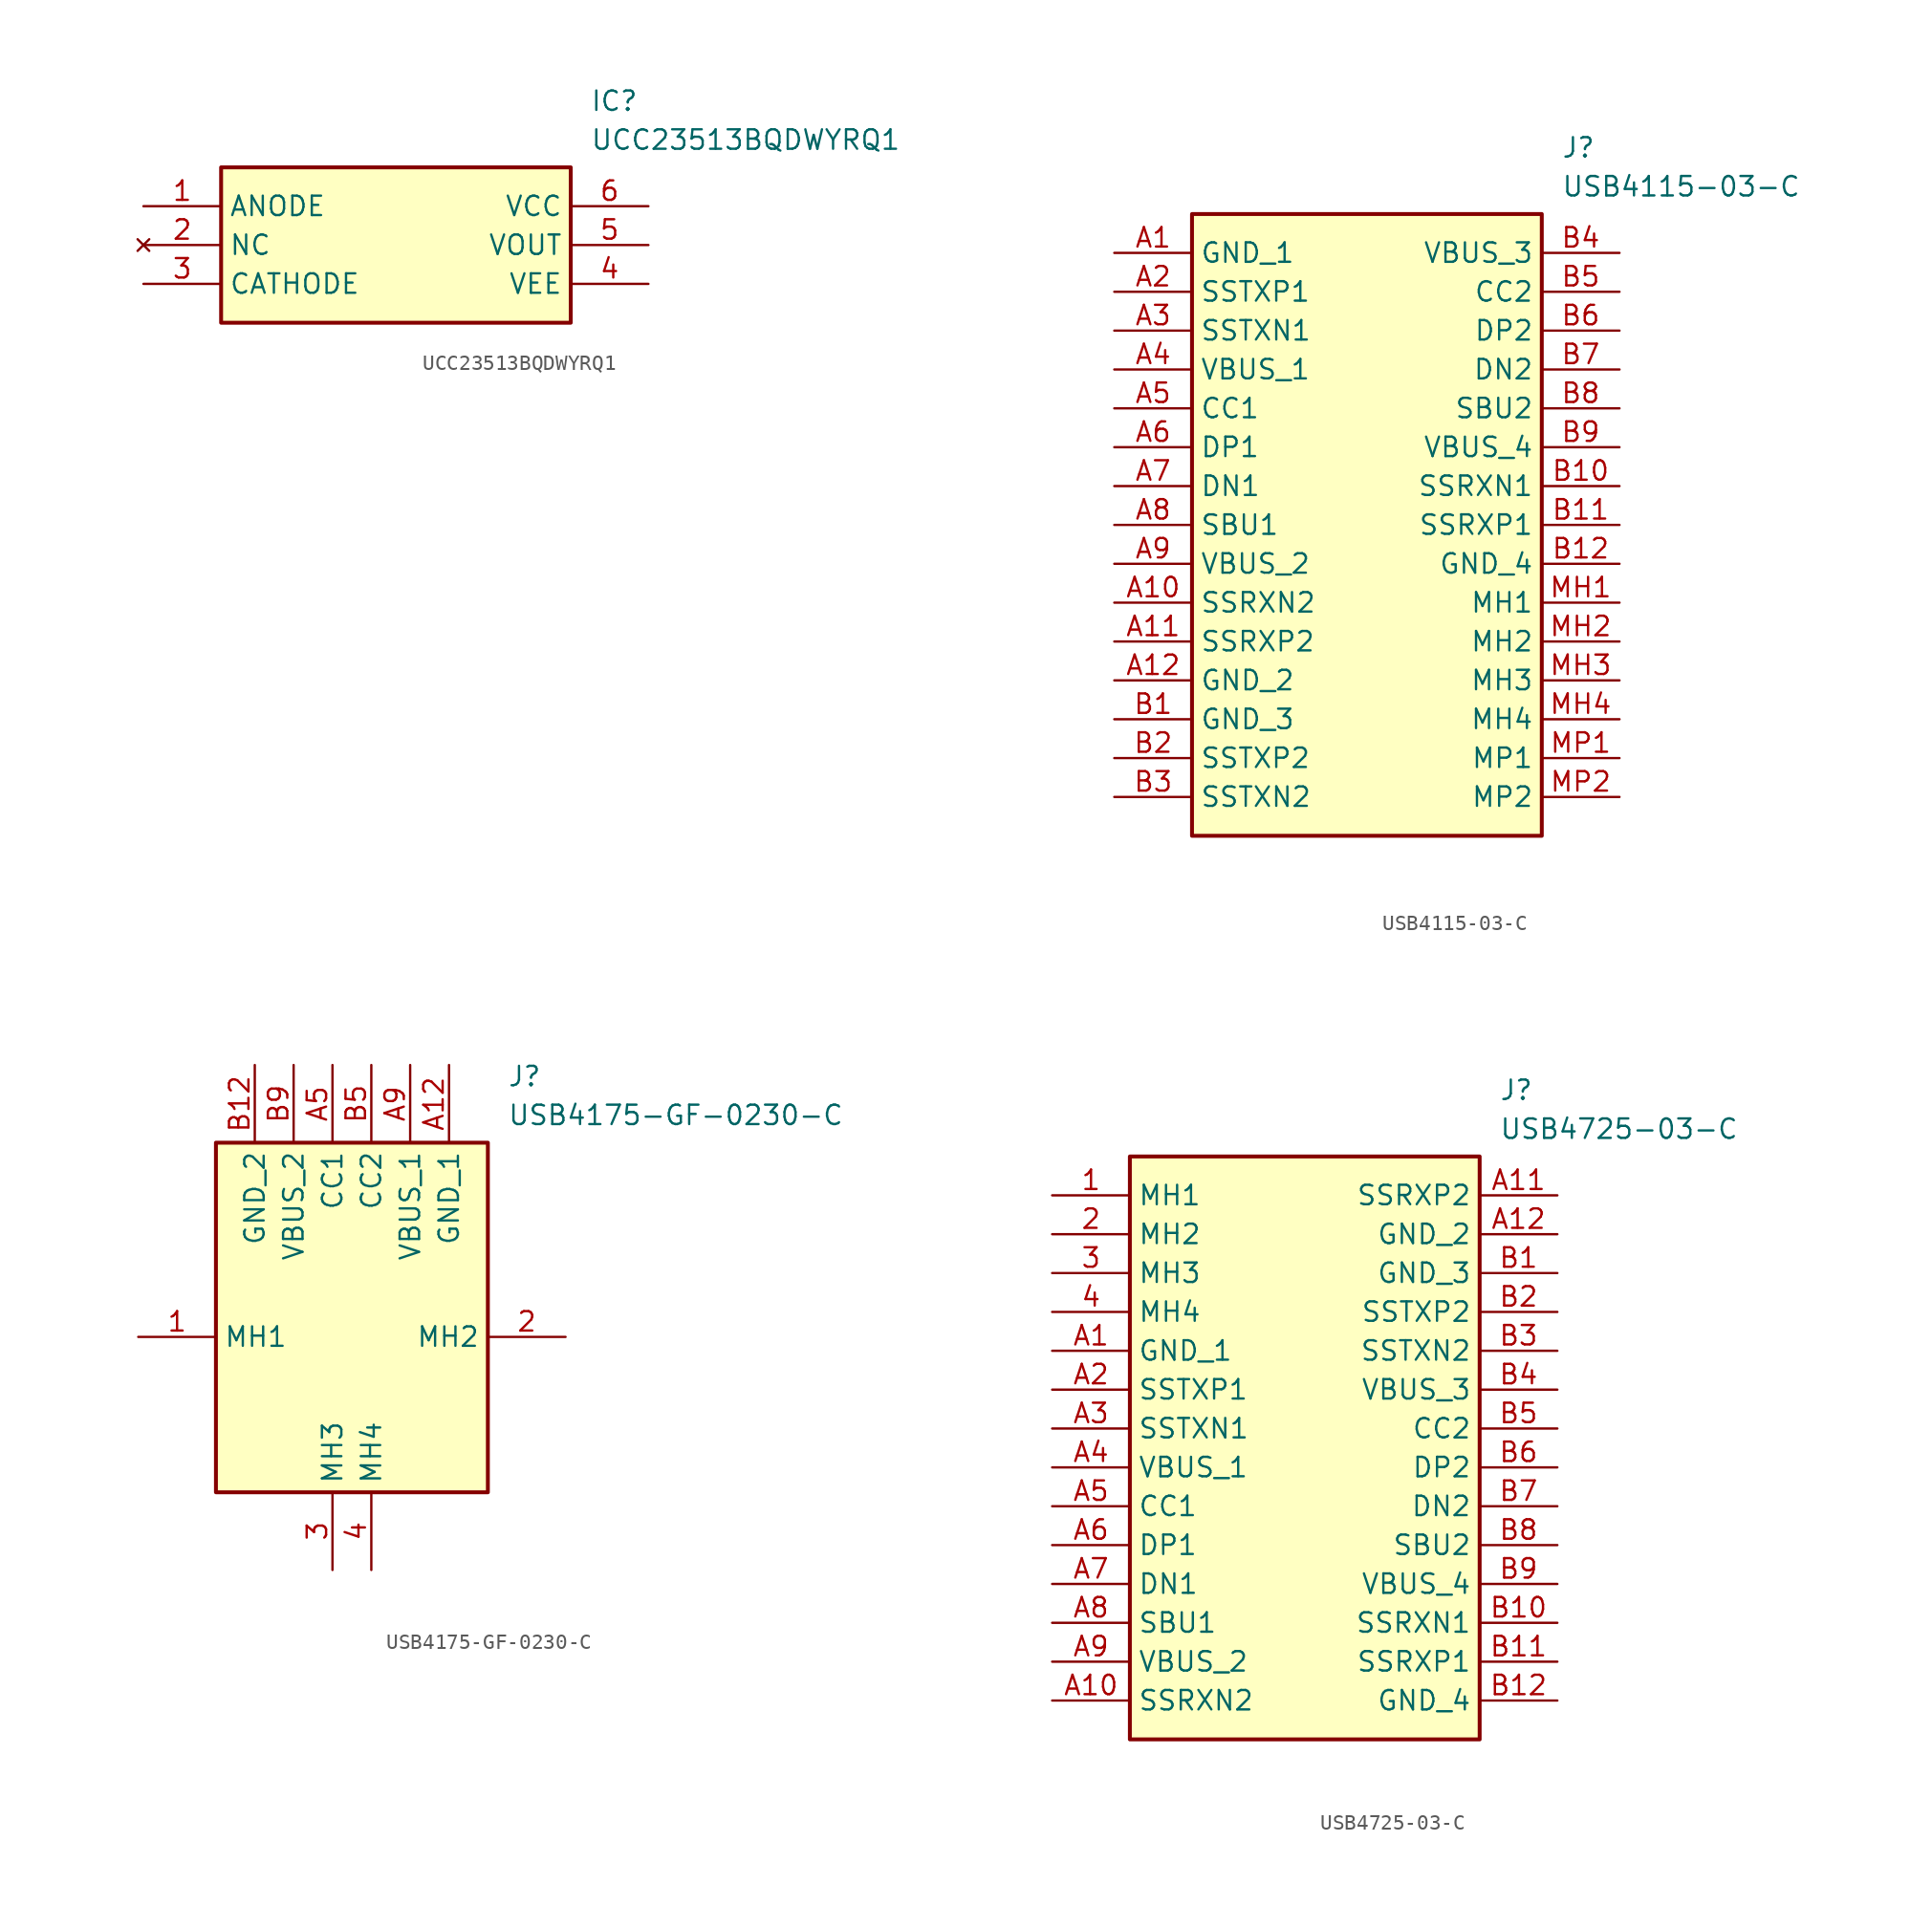
<source format=kicad_sym>
(kicad_symbol_lib
  (version 20241209)
  (generator "kicad_symbol_editor")
  (generator_version "9.0")
  (symbol "UCC23513BQDWYRQ1"
    (property "Reference" "IC"
      (at 29.21 7.62 0)
      (effects (font (size 1.27 1.27)) (justify left top)))
    (property "Value" "UCC23513BQDWYRQ1"
      (at 29.21 5.08 0)
      (effects (font (size 1.27 1.27)) (justify left top)))
    (symbol "UCC23513BQDWYRQ1_1_1"
      (rectangle (start 5.08 2.54) (end 27.94 -7.62) (stroke (width 0.254) (type default)) (fill (type background)))
      (pin passive line (at 0 0 0) (length 5.08) (name "ANODE" (effects (font (size 1.27 1.27)))) (number "1" (effects (font (size 1.27 1.27)))))
      (pin no_connect line (at 0 -2.54 0) (length 5.08) (name "NC" (effects (font (size 1.27 1.27)))) (number "2" (effects (font (size 1.27 1.27)))))
      (pin passive line (at 0 -5.08 0) (length 5.08) (name "CATHODE" (effects (font (size 1.27 1.27)))) (number "3" (effects (font (size 1.27 1.27)))))
      (pin passive line (at 33.02 0 180) (length 5.08) (name "VCC" (effects (font (size 1.27 1.27)))) (number "6" (effects (font (size 1.27 1.27)))))
      (pin passive line (at 33.02 -2.54 180) (length 5.08) (name "VOUT" (effects (font (size 1.27 1.27)))) (number "5" (effects (font (size 1.27 1.27)))))
      (pin passive line (at 33.02 -5.08 180) (length 5.08) (name "VEE" (effects (font (size 1.27 1.27)))) (number "4" (effects (font (size 1.27 1.27)))))))
  (symbol "USB4115-03-C"
    (property "Reference" "J"
      (at 29.21 7.62 0)
      (effects (font (size 1.27 1.27)) (justify left top)))
    (property "Value" "USB4115-03-C"
      (at 29.21 5.08 0)
      (effects (font (size 1.27 1.27)) (justify left top)))
    (symbol "USB4115-03-C_1_1"
      (rectangle (start 5.08 2.54) (end 27.94 -38.1) (stroke (width 0.254) (type default)) (fill (type background)))
      (pin passive line (at 0 0 0) (length 5.08) (name "GND_1" (effects (font (size 1.27 1.27)))) (number "A1" (effects (font (size 1.27 1.27)))))
      (pin passive line (at 0 -2.54 0) (length 5.08) (name "SSTXP1" (effects (font (size 1.27 1.27)))) (number "A2" (effects (font (size 1.27 1.27)))))
      (pin passive line (at 0 -5.08 0) (length 5.08) (name "SSTXN1" (effects (font (size 1.27 1.27)))) (number "A3" (effects (font (size 1.27 1.27)))))
      (pin passive line (at 0 -7.62 0) (length 5.08) (name "VBUS_1" (effects (font (size 1.27 1.27)))) (number "A4" (effects (font (size 1.27 1.27)))))
      (pin passive line (at 0 -10.16 0) (length 5.08) (name "CC1" (effects (font (size 1.27 1.27)))) (number "A5" (effects (font (size 1.27 1.27)))))
      (pin passive line (at 0 -12.7 0) (length 5.08) (name "DP1" (effects (font (size 1.27 1.27)))) (number "A6" (effects (font (size 1.27 1.27)))))
      (pin passive line (at 0 -15.24 0) (length 5.08) (name "DN1" (effects (font (size 1.27 1.27)))) (number "A7" (effects (font (size 1.27 1.27)))))
      (pin passive line (at 0 -17.78 0) (length 5.08) (name "SBU1" (effects (font (size 1.27 1.27)))) (number "A8" (effects (font (size 1.27 1.27)))))
      (pin passive line (at 0 -20.32 0) (length 5.08) (name "VBUS_2" (effects (font (size 1.27 1.27)))) (number "A9" (effects (font (size 1.27 1.27)))))
      (pin passive line (at 0 -22.86 0) (length 5.08) (name "SSRXN2" (effects (font (size 1.27 1.27)))) (number "A10" (effects (font (size 1.27 1.27)))))
      (pin passive line (at 0 -25.4 0) (length 5.08) (name "SSRXP2" (effects (font (size 1.27 1.27)))) (number "A11" (effects (font (size 1.27 1.27)))))
      (pin passive line (at 0 -27.94 0) (length 5.08) (name "GND_2" (effects (font (size 1.27 1.27)))) (number "A12" (effects (font (size 1.27 1.27)))))
      (pin passive line (at 0 -30.48 0) (length 5.08) (name "GND_3" (effects (font (size 1.27 1.27)))) (number "B1" (effects (font (size 1.27 1.27)))))
      (pin passive line (at 0 -33.02 0) (length 5.08) (name "SSTXP2" (effects (font (size 1.27 1.27)))) (number "B2" (effects (font (size 1.27 1.27)))))
      (pin passive line (at 0 -35.56 0) (length 5.08) (name "SSTXN2" (effects (font (size 1.27 1.27)))) (number "B3" (effects (font (size 1.27 1.27)))))
      (pin passive line (at 33.02 0 180) (length 5.08) (name "VBUS_3" (effects (font (size 1.27 1.27)))) (number "B4" (effects (font (size 1.27 1.27)))))
      (pin passive line (at 33.02 -2.54 180) (length 5.08) (name "CC2" (effects (font (size 1.27 1.27)))) (number "B5" (effects (font (size 1.27 1.27)))))
      (pin passive line (at 33.02 -5.08 180) (length 5.08) (name "DP2" (effects (font (size 1.27 1.27)))) (number "B6" (effects (font (size 1.27 1.27)))))
      (pin passive line (at 33.02 -7.62 180) (length 5.08) (name "DN2" (effects (font (size 1.27 1.27)))) (number "B7" (effects (font (size 1.27 1.27)))))
      (pin passive line (at 33.02 -10.16 180) (length 5.08) (name "SBU2" (effects (font (size 1.27 1.27)))) (number "B8" (effects (font (size 1.27 1.27)))))
      (pin passive line (at 33.02 -12.7 180) (length 5.08) (name "VBUS_4" (effects (font (size 1.27 1.27)))) (number "B9" (effects (font (size 1.27 1.27)))))
      (pin passive line (at 33.02 -15.24 180) (length 5.08) (name "SSRXN1" (effects (font (size 1.27 1.27)))) (number "B10" (effects (font (size 1.27 1.27)))))
      (pin passive line (at 33.02 -17.78 180) (length 5.08) (name "SSRXP1" (effects (font (size 1.27 1.27)))) (number "B11" (effects (font (size 1.27 1.27)))))
      (pin passive line (at 33.02 -20.32 180) (length 5.08) (name "GND_4" (effects (font (size 1.27 1.27)))) (number "B12" (effects (font (size 1.27 1.27)))))
      (pin passive line (at 33.02 -22.86 180) (length 5.08) (name "MH1" (effects (font (size 1.27 1.27)))) (number "MH1" (effects (font (size 1.27 1.27)))))
      (pin passive line (at 33.02 -25.4 180) (length 5.08) (name "MH2" (effects (font (size 1.27 1.27)))) (number "MH2" (effects (font (size 1.27 1.27)))))
      (pin passive line (at 33.02 -27.94 180) (length 5.08) (name "MH3" (effects (font (size 1.27 1.27)))) (number "MH3" (effects (font (size 1.27 1.27)))))
      (pin passive line (at 33.02 -30.48 180) (length 5.08) (name "MH4" (effects (font (size 1.27 1.27)))) (number "MH4" (effects (font (size 1.27 1.27)))))
      (pin passive line (at 33.02 -33.02 180) (length 5.08) (name "MP1" (effects (font (size 1.27 1.27)))) (number "MP1" (effects (font (size 1.27 1.27)))))
      (pin passive line (at 33.02 -35.56 180) (length 5.08) (name "MP2" (effects (font (size 1.27 1.27)))) (number "MP2" (effects (font (size 1.27 1.27)))))))
  (symbol "USB4175-GF-0230-C"
    (property "Reference" "J"
      (at 24.13 17.78 0)
      (effects (font (size 1.27 1.27)) (justify left top)))
    (property "Value" "USB4175-GF-0230-C"
      (at 24.13 15.24 0)
      (effects (font (size 1.27 1.27)) (justify left top)))
    (symbol "USB4175-GF-0230-C_1_1"
      (rectangle (start 5.08 12.7) (end 22.86 -10.16) (stroke (width 0.254) (type default)) (fill (type background)))
      (pin passive line (at 0 0 0) (length 5.08) (name "MH1" (effects (font (size 1.27 1.27)))) (number "1" (effects (font (size 1.27 1.27)))))
      (pin passive line (at 7.62 17.78 270) (length 5.08) (name "GND_2" (effects (font (size 1.27 1.27)))) (number "B12" (effects (font (size 1.27 1.27)))))
      (pin passive line (at 10.16 17.78 270) (length 5.08) (name "VBUS_2" (effects (font (size 1.27 1.27)))) (number "B9" (effects (font (size 1.27 1.27)))))
      (pin passive line (at 12.7 17.78 270) (length 5.08) (name "CC1" (effects (font (size 1.27 1.27)))) (number "A5" (effects (font (size 1.27 1.27)))))
      (pin passive line (at 12.7 -15.24 90) (length 5.08) (name "MH3" (effects (font (size 1.27 1.27)))) (number "3" (effects (font (size 1.27 1.27)))))
      (pin passive line (at 15.24 17.78 270) (length 5.08) (name "CC2" (effects (font (size 1.27 1.27)))) (number "B5" (effects (font (size 1.27 1.27)))))
      (pin passive line (at 15.24 -15.24 90) (length 5.08) (name "MH4" (effects (font (size 1.27 1.27)))) (number "4" (effects (font (size 1.27 1.27)))))
      (pin passive line (at 17.78 17.78 270) (length 5.08) (name "VBUS_1" (effects (font (size 1.27 1.27)))) (number "A9" (effects (font (size 1.27 1.27)))))
      (pin passive line (at 20.32 17.78 270) (length 5.08) (name "GND_1" (effects (font (size 1.27 1.27)))) (number "A12" (effects (font (size 1.27 1.27)))))
      (pin passive line (at 27.94 0 180) (length 5.08) (name "MH2" (effects (font (size 1.27 1.27)))) (number "2" (effects (font (size 1.27 1.27)))))))
  (symbol "USB4725-03-C"
    (property "Reference" "J"
      (at 29.21 7.62 0)
      (effects (font (size 1.27 1.27)) (justify left top)))
    (property "Value" "USB4725-03-C"
      (at 29.21 5.08 0)
      (effects (font (size 1.27 1.27)) (justify left top)))
    (symbol "USB4725-03-C_1_1"
      (rectangle (start 5.08 2.54) (end 27.94 -35.56) (stroke (width 0.254) (type default)) (fill (type background)))
      (pin passive line (at 0 0 0) (length 5.08) (name "MH1" (effects (font (size 1.27 1.27)))) (number "1" (effects (font (size 1.27 1.27)))))
      (pin passive line (at 0 -2.54 0) (length 5.08) (name "MH2" (effects (font (size 1.27 1.27)))) (number "2" (effects (font (size 1.27 1.27)))))
      (pin passive line (at 0 -5.08 0) (length 5.08) (name "MH3" (effects (font (size 1.27 1.27)))) (number "3" (effects (font (size 1.27 1.27)))))
      (pin passive line (at 0 -7.62 0) (length 5.08) (name "MH4" (effects (font (size 1.27 1.27)))) (number "4" (effects (font (size 1.27 1.27)))))
      (pin passive line (at 0 -10.16 0) (length 5.08) (name "GND_1" (effects (font (size 1.27 1.27)))) (number "A1" (effects (font (size 1.27 1.27)))))
      (pin passive line (at 0 -12.7 0) (length 5.08) (name "SSTXP1" (effects (font (size 1.27 1.27)))) (number "A2" (effects (font (size 1.27 1.27)))))
      (pin passive line (at 0 -15.24 0) (length 5.08) (name "SSTXN1" (effects (font (size 1.27 1.27)))) (number "A3" (effects (font (size 1.27 1.27)))))
      (pin passive line (at 0 -17.78 0) (length 5.08) (name "VBUS_1" (effects (font (size 1.27 1.27)))) (number "A4" (effects (font (size 1.27 1.27)))))
      (pin passive line (at 0 -20.32 0) (length 5.08) (name "CC1" (effects (font (size 1.27 1.27)))) (number "A5" (effects (font (size 1.27 1.27)))))
      (pin passive line (at 0 -22.86 0) (length 5.08) (name "DP1" (effects (font (size 1.27 1.27)))) (number "A6" (effects (font (size 1.27 1.27)))))
      (pin passive line (at 0 -25.4 0) (length 5.08) (name "DN1" (effects (font (size 1.27 1.27)))) (number "A7" (effects (font (size 1.27 1.27)))))
      (pin passive line (at 0 -27.94 0) (length 5.08) (name "SBU1" (effects (font (size 1.27 1.27)))) (number "A8" (effects (font (size 1.27 1.27)))))
      (pin passive line (at 0 -30.48 0) (length 5.08) (name "VBUS_2" (effects (font (size 1.27 1.27)))) (number "A9" (effects (font (size 1.27 1.27)))))
      (pin passive line (at 0 -33.02 0) (length 5.08) (name "SSRXN2" (effects (font (size 1.27 1.27)))) (number "A10" (effects (font (size 1.27 1.27)))))
      (pin passive line (at 33.02 0 180) (length 5.08) (name "SSRXP2" (effects (font (size 1.27 1.27)))) (number "A11" (effects (font (size 1.27 1.27)))))
      (pin passive line (at 33.02 -2.54 180) (length 5.08) (name "GND_2" (effects (font (size 1.27 1.27)))) (number "A12" (effects (font (size 1.27 1.27)))))
      (pin passive line (at 33.02 -5.08 180) (length 5.08) (name "GND_3" (effects (font (size 1.27 1.27)))) (number "B1" (effects (font (size 1.27 1.27)))))
      (pin passive line (at 33.02 -7.62 180) (length 5.08) (name "SSTXP2" (effects (font (size 1.27 1.27)))) (number "B2" (effects (font (size 1.27 1.27)))))
      (pin passive line (at 33.02 -10.16 180) (length 5.08) (name "SSTXN2" (effects (font (size 1.27 1.27)))) (number "B3" (effects (font (size 1.27 1.27)))))
      (pin passive line (at 33.02 -12.7 180) (length 5.08) (name "VBUS_3" (effects (font (size 1.27 1.27)))) (number "B4" (effects (font (size 1.27 1.27)))))
      (pin passive line (at 33.02 -15.24 180) (length 5.08) (name "CC2" (effects (font (size 1.27 1.27)))) (number "B5" (effects (font (size 1.27 1.27)))))
      (pin passive line (at 33.02 -17.78 180) (length 5.08) (name "DP2" (effects (font (size 1.27 1.27)))) (number "B6" (effects (font (size 1.27 1.27)))))
      (pin passive line (at 33.02 -20.32 180) (length 5.08) (name "DN2" (effects (font (size 1.27 1.27)))) (number "B7" (effects (font (size 1.27 1.27)))))
      (pin passive line (at 33.02 -22.86 180) (length 5.08) (name "SBU2" (effects (font (size 1.27 1.27)))) (number "B8" (effects (font (size 1.27 1.27)))))
      (pin passive line (at 33.02 -25.4 180) (length 5.08) (name "VBUS_4" (effects (font (size 1.27 1.27)))) (number "B9" (effects (font (size 1.27 1.27)))))
      (pin passive line (at 33.02 -27.94 180) (length 5.08) (name "SSRXN1" (effects (font (size 1.27 1.27)))) (number "B10" (effects (font (size 1.27 1.27)))))
      (pin passive line (at 33.02 -30.48 180) (length 5.08) (name "SSRXP1" (effects (font (size 1.27 1.27)))) (number "B11" (effects (font (size 1.27 1.27)))))
      (pin passive line (at 33.02 -33.02 180) (length 5.08) (name "GND_4" (effects (font (size 1.27 1.27)))) (number "B12" (effects (font (size 1.27 1.27))))))))
</source>
